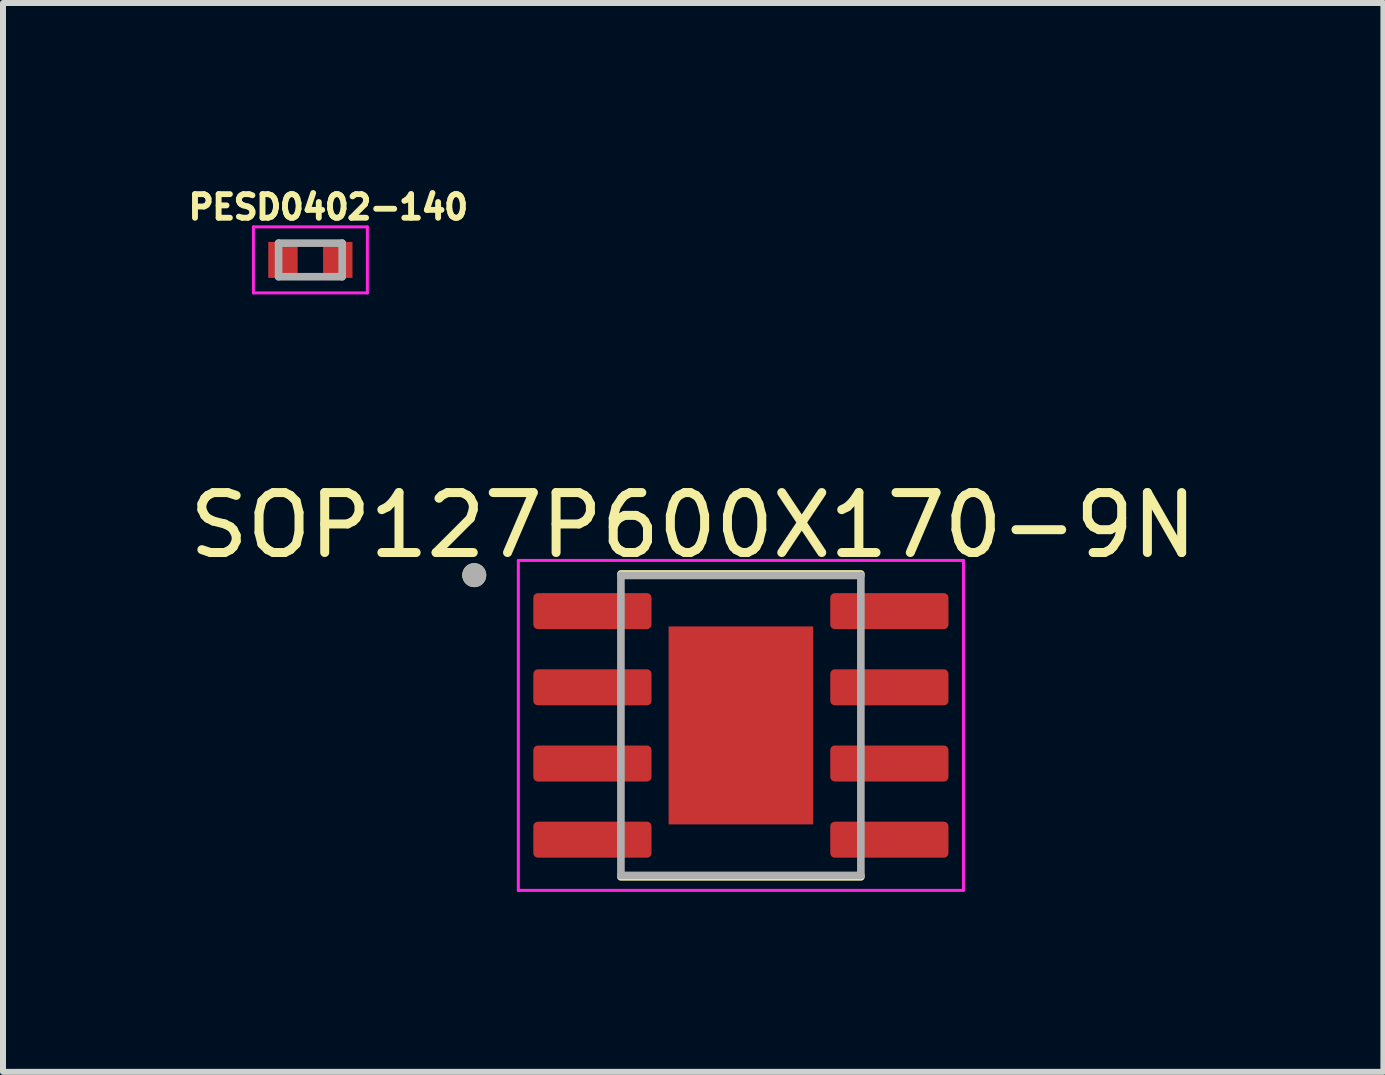
<source format=kicad_pcb>
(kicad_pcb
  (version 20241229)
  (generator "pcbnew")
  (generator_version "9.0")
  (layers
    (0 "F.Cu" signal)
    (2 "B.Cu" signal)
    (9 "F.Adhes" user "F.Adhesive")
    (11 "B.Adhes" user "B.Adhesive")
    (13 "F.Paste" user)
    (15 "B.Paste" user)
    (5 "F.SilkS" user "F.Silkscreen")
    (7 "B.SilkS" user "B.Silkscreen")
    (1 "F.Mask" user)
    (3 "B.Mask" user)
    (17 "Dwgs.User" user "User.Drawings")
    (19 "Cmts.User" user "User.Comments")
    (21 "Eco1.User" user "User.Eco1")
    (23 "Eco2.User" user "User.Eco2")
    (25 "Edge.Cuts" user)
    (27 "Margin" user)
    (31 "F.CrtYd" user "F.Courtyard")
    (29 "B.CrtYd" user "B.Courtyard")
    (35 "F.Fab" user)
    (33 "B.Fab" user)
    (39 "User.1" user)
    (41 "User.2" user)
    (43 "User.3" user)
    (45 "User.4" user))
  (footprint "PESD0402-140"
    (layer "F.Cu")
    (at 2.124 1.283)
    (property "Reference" "PESD0402-140" (at 0.3 -0.88 0) (layer "F.SilkS") (effects (font (size 0.394 0.394) (thickness 0.098))))
    (attr smd)
    (fp_line (start -0.95 -0.55) (end 0.95 -0.55) (stroke (width 0.05) (type solid)) (layer "F.CrtYd"))
    (fp_line (start -0.95 0.55) (end -0.95 -0.55) (stroke (width 0.05) (type solid)) (layer "F.CrtYd"))
    (fp_line (start -0.95 0.55) (end 0.95 0.55) (stroke (width 0.05) (type solid)) (layer "F.CrtYd"))
    (fp_line (start 0.95 0.55) (end 0.95 -0.55) (stroke (width 0.05) (type solid)) (layer "F.CrtYd"))
    (fp_line (start -0.53 0.28) (end -0.53 -0.28) (stroke (width 0.127) (type solid)) (layer "F.Fab"))
    (fp_line (start 0.53 -0.28) (end -0.53 -0.28) (stroke (width 0.127) (type solid)) (layer "F.Fab"))
    (fp_line (start 0.53 0.28) (end -0.53 0.28) (stroke (width 0.127) (type solid)) (layer "F.Fab"))
    (fp_line (start 0.53 0.28) (end 0.53 -0.28) (stroke (width 0.127) (type solid)) (layer "F.Fab"))
    (pad "1" smd rect (at -0.457 0) (size 0.49 0.6) (layers "F.Cu" "F.Mask" "F.Paste"))
    (pad "2" smd rect (at 0.457 0) (size 0.49 0.6) (layers "F.Cu" "F.Mask" "F.Paste")))
  (footprint "SOP127P600X170-9N"
    (layer "F.Cu")
    (at 9.301 9.043)
    (property "Reference" "SOP127P600X170-9N" (at -0.795 -3.337 0) (layer "F.SilkS") (effects (font (size 1 1) (thickness 0.15))))
    (attr smd)
    (fp_line (start -2 -2.525) (end 2 -2.525) (stroke (width 0.127) (type solid)) (layer "F.SilkS"))
    (fp_line (start -2 2.525) (end 2 2.525) (stroke (width 0.127) (type solid)) (layer "F.SilkS"))
    (fp_circle (center -4.445 -2.505) (end -4.345 -2.505) (stroke (width 0.2) (type solid)) (fill no) (layer "F.SilkS"))
    (fp_poly (pts (xy -0.76 -1.04) (xy 0.76 -1.04) (xy 0.76 1.04) (xy -0.76 1.04)) (stroke (width 0.01) (type solid)) (fill yes) (layer "F.Paste"))
    (fp_line (start -3.71 -2.75) (end -3.71 2.75) (stroke (width 0.05) (type solid)) (layer "F.CrtYd"))
    (fp_line (start -3.71 -2.75) (end 3.71 -2.75) (stroke (width 0.05) (type solid)) (layer "F.CrtYd"))
    (fp_line (start -3.71 2.75) (end 3.71 2.75) (stroke (width 0.05) (type solid)) (layer "F.CrtYd"))
    (fp_line (start 3.71 -2.75) (end 3.71 2.75) (stroke (width 0.05) (type solid)) (layer "F.CrtYd"))
    (fp_line (start -2 -2.5) (end -2 2.5) (stroke (width 0.127) (type solid)) (layer "F.Fab"))
    (fp_line (start -2 -2.5) (end 2 -2.5) (stroke (width 0.127) (type solid)) (layer "F.Fab"))
    (fp_line (start -2 2.5) (end 2 2.5) (stroke (width 0.127) (type solid)) (layer "F.Fab"))
    (fp_line (start 2 -2.5) (end 2 2.5) (stroke (width 0.127) (type solid)) (layer "F.Fab"))
    (fp_circle (center -4.445 -2.505) (end -4.345 -2.505) (stroke (width 0.2) (type solid)) (fill no) (layer "F.Fab"))
    (pad "1" smd roundrect (at -2.475 -1.905) (size 1.97 0.6) (layers "F.Cu" "F.Mask" "F.Paste") (roundrect_rratio 0.125))
    (pad "2" smd roundrect (at -2.475 -0.635) (size 1.97 0.6) (layers "F.Cu" "F.Mask" "F.Paste") (roundrect_rratio 0.125))
    (pad "3" smd roundrect (at -2.475 0.635) (size 1.97 0.6) (layers "F.Cu" "F.Mask" "F.Paste") (roundrect_rratio 0.125))
    (pad "4" smd roundrect (at -2.475 1.905) (size 1.97 0.6) (layers "F.Cu" "F.Mask" "F.Paste") (roundrect_rratio 0.125))
    (pad "5" smd roundrect (at 2.475 1.905) (size 1.97 0.6) (layers "F.Cu" "F.Mask" "F.Paste") (roundrect_rratio 0.125))
    (pad "6" smd roundrect (at 2.475 0.635) (size 1.97 0.6) (layers "F.Cu" "F.Mask" "F.Paste") (roundrect_rratio 0.125))
    (pad "7" smd roundrect (at 2.475 -0.635) (size 1.97 0.6) (layers "F.Cu" "F.Mask" "F.Paste") (roundrect_rratio 0.125))
    (pad "8" smd roundrect (at 2.475 -1.905) (size 1.97 0.6) (layers "F.Cu" "F.Mask" "F.Paste") (roundrect_rratio 0.125))
    (pad "9" smd rect (at 0 0) (size 2.41 3.3) (layers "F.Cu" "F.Mask")))
  (gr_rect
    (start -3 -3)
    (end 20.012 14.818)
    (stroke (width 0.1) (type default))
    (fill no)
    (layer "Edge.Cuts")))
</source>
